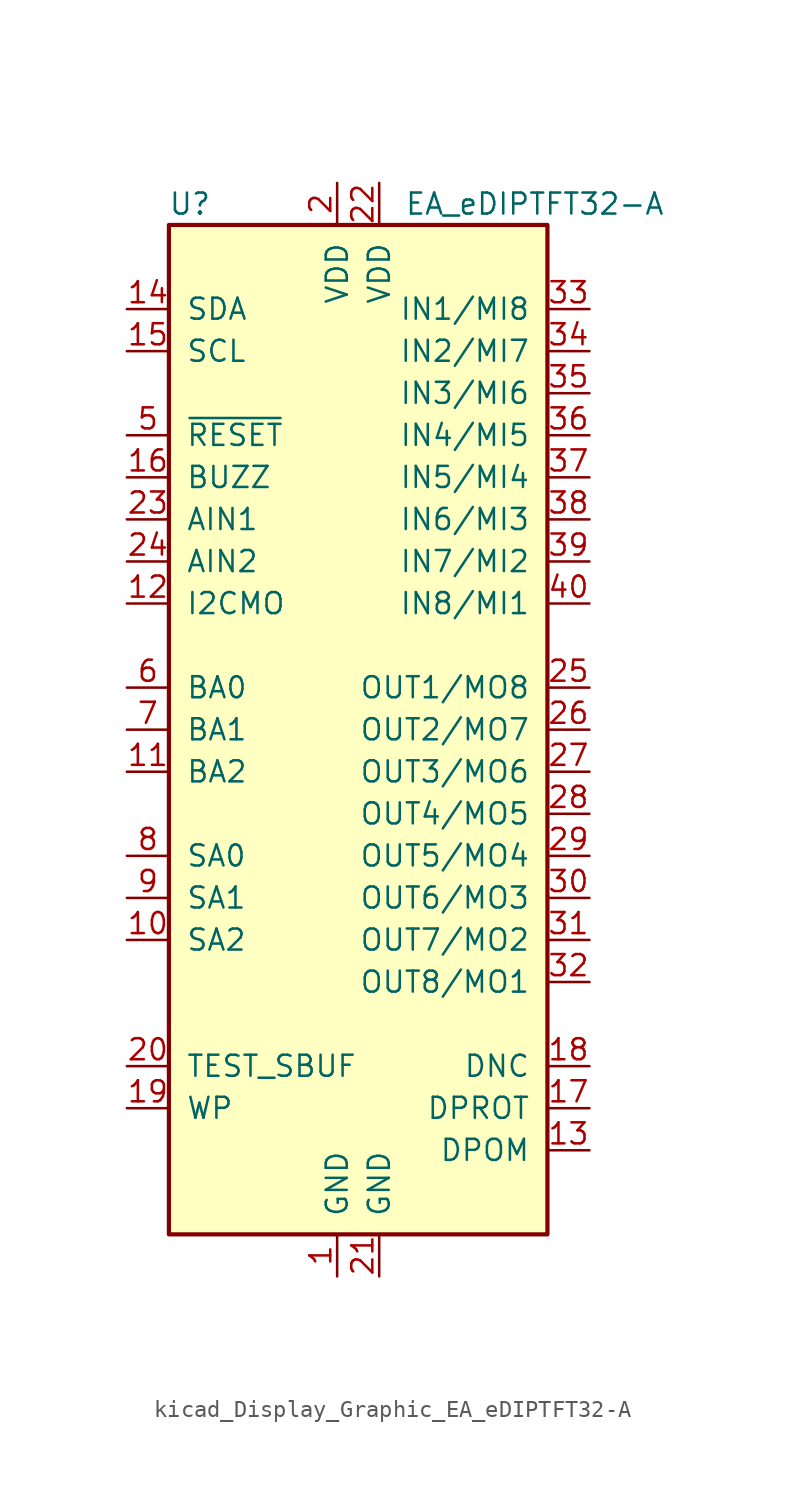
<source format=kicad_sym>
(kicad_symbol_lib
  (version 20220914)
  (generator kicad_symbol_editor)
  (symbol "kicad_Display_Graphic_EA_eDIPTFT32-A"
    (pin_names
      (offset 1.016))
    (property "Reference" "U"
      (at -11.43 31.75 0)
      (effects (font (size 1.27 1.27))))
    (property "Value" "EA_eDIPTFT32-A"
      (at 1.524 31.75 0)
      (effects (font (size 1.27 1.27)) (justify left)))
    (symbol "kicad_Display_Graphic_EA_eDIPTFT32-A_0_1"
      (rectangle (start -12.7 30.48) (end 10.16 -30.48) (stroke (width 0.254) (type default)) (fill (type background))))
    (symbol "kicad_Display_Graphic_EA_eDIPTFT32-A_1_1"
      (pin power_in line (at -2.54 -33.02 90) (length 2.54) (name "GND" (effects (font (size 1.27 1.27)))) (number "1" (effects (font (size 1.27 1.27)))))
      (pin input line (at -15.24 -12.7 0) (length 2.54) (name "SA2" (effects (font (size 1.27 1.27)))) (number "10" (effects (font (size 1.27 1.27)))))
      (pin input line (at -15.24 -2.54 0) (length 2.54) (name "BA2" (effects (font (size 1.27 1.27)))) (number "11" (effects (font (size 1.27 1.27)))))
      (pin input line (at -15.24 7.62 0) (length 2.54) (name "I2CMO" (effects (font (size 1.27 1.27)))) (number "12" (effects (font (size 1.27 1.27)))))
      (pin input line (at 12.7 -25.4 180) (length 2.54) (name "DPOM" (effects (font (size 1.27 1.27)))) (number "13" (effects (font (size 1.27 1.27)))))
      (pin bidirectional line (at -15.24 25.4 0) (length 2.54) (name "SDA" (effects (font (size 1.27 1.27)))) (number "14" (effects (font (size 1.27 1.27)))))
      (pin input line (at -15.24 22.86 0) (length 2.54) (name "SCL" (effects (font (size 1.27 1.27)))) (number "15" (effects (font (size 1.27 1.27)))))
      (pin output line (at -15.24 15.24 0) (length 2.54) (name "BUZZ" (effects (font (size 1.27 1.27)))) (number "16" (effects (font (size 1.27 1.27)))))
      (pin input line (at 12.7 -22.86 180) (length 2.54) (name "DPROT" (effects (font (size 1.27 1.27)))) (number "17" (effects (font (size 1.27 1.27)))))
      (pin output line (at 12.7 -20.32 180) (length 2.54) (name "DNC" (effects (font (size 1.27 1.27)))) (number "18" (effects (font (size 1.27 1.27)))))
      (pin input line (at -15.24 -22.86 0) (length 2.54) (name "WP" (effects (font (size 1.27 1.27)))) (number "19" (effects (font (size 1.27 1.27)))))
      (pin power_in line (at -2.54 33.02 270) (length 2.54) (name "VDD" (effects (font (size 1.27 1.27)))) (number "2" (effects (font (size 1.27 1.27)))))
      (pin bidirectional line (at -15.24 -20.32 0) (length 2.54) (name "TEST_SBUF" (effects (font (size 1.27 1.27)))) (number "20" (effects (font (size 1.27 1.27)))))
      (pin power_in line (at 0 -33.02 90) (length 2.54) (name "GND" (effects (font (size 1.27 1.27)))) (number "21" (effects (font (size 1.27 1.27)))))
      (pin power_in line (at 0 33.02 270) (length 2.54) (name "VDD" (effects (font (size 1.27 1.27)))) (number "22" (effects (font (size 1.27 1.27)))))
      (pin input line (at -15.24 12.7 0) (length 2.54) (name "AIN1" (effects (font (size 1.27 1.27)))) (number "23" (effects (font (size 1.27 1.27)))))
      (pin input line (at -15.24 10.16 0) (length 2.54) (name "AIN2" (effects (font (size 1.27 1.27)))) (number "24" (effects (font (size 1.27 1.27)))))
      (pin output line (at 12.7 2.54 180) (length 2.54) (name "OUT1/MO8" (effects (font (size 1.27 1.27)))) (number "25" (effects (font (size 1.27 1.27)))))
      (pin output line (at 12.7 0 180) (length 2.54) (name "OUT2/MO7" (effects (font (size 1.27 1.27)))) (number "26" (effects (font (size 1.27 1.27)))))
      (pin output line (at 12.7 -2.54 180) (length 2.54) (name "OUT3/MO6" (effects (font (size 1.27 1.27)))) (number "27" (effects (font (size 1.27 1.27)))))
      (pin output line (at 12.7 -5.08 180) (length 2.54) (name "OUT4/MO5" (effects (font (size 1.27 1.27)))) (number "28" (effects (font (size 1.27 1.27)))))
      (pin output line (at 12.7 -7.62 180) (length 2.54) (name "OUT5/MO4" (effects (font (size 1.27 1.27)))) (number "29" (effects (font (size 1.27 1.27)))))
      (pin no_connect line (at 10.16 -27.94 180) (length 2.54) hide (name "NC" (effects (font (size 1.27 1.27)))) (number "3" (effects (font (size 1.27 1.27)))))
      (pin output line (at 12.7 -10.16 180) (length 2.54) (name "OUT6/MO3" (effects (font (size 1.27 1.27)))) (number "30" (effects (font (size 1.27 1.27)))))
      (pin output line (at 12.7 -12.7 180) (length 2.54) (name "OUT7/MO2" (effects (font (size 1.27 1.27)))) (number "31" (effects (font (size 1.27 1.27)))))
      (pin output line (at 12.7 -15.24 180) (length 2.54) (name "OUT8/MO1" (effects (font (size 1.27 1.27)))) (number "32" (effects (font (size 1.27 1.27)))))
      (pin input line (at 12.7 25.4 180) (length 2.54) (name "IN1/MI8" (effects (font (size 1.27 1.27)))) (number "33" (effects (font (size 1.27 1.27)))))
      (pin input line (at 12.7 22.86 180) (length 2.54) (name "IN2/MI7" (effects (font (size 1.27 1.27)))) (number "34" (effects (font (size 1.27 1.27)))))
      (pin input line (at 12.7 20.32 180) (length 2.54) (name "IN3/MI6" (effects (font (size 1.27 1.27)))) (number "35" (effects (font (size 1.27 1.27)))))
      (pin input line (at 12.7 17.78 180) (length 2.54) (name "IN4/MI5" (effects (font (size 1.27 1.27)))) (number "36" (effects (font (size 1.27 1.27)))))
      (pin input line (at 12.7 15.24 180) (length 2.54) (name "IN5/MI4" (effects (font (size 1.27 1.27)))) (number "37" (effects (font (size 1.27 1.27)))))
      (pin input line (at 12.7 12.7 180) (length 2.54) (name "IN6/MI3" (effects (font (size 1.27 1.27)))) (number "38" (effects (font (size 1.27 1.27)))))
      (pin input line (at 12.7 10.16 180) (length 2.54) (name "IN7/MI2" (effects (font (size 1.27 1.27)))) (number "39" (effects (font (size 1.27 1.27)))))
      (pin no_connect line (at -12.7 -27.94 0) (length 2.54) hide (name "NC" (effects (font (size 1.27 1.27)))) (number "4" (effects (font (size 1.27 1.27)))))
      (pin input line (at 12.7 7.62 180) (length 2.54) (name "IN8/MI1" (effects (font (size 1.27 1.27)))) (number "40" (effects (font (size 1.27 1.27)))))
      (pin input line (at -15.24 17.78 0) (length 2.54) (name "~{RESET}" (effects (font (size 1.27 1.27)))) (number "5" (effects (font (size 1.27 1.27)))))
      (pin input line (at -15.24 2.54 0) (length 2.54) (name "BA0" (effects (font (size 1.27 1.27)))) (number "6" (effects (font (size 1.27 1.27)))))
      (pin input line (at -15.24 0 0) (length 2.54) (name "BA1" (effects (font (size 1.27 1.27)))) (number "7" (effects (font (size 1.27 1.27)))))
      (pin input line (at -15.24 -7.62 0) (length 2.54) (name "SA0" (effects (font (size 1.27 1.27)))) (number "8" (effects (font (size 1.27 1.27)))))
      (pin input line (at -15.24 -10.16 0) (length 2.54) (name "SA1" (effects (font (size 1.27 1.27)))) (number "9" (effects (font (size 1.27 1.27))))))))
</source>
